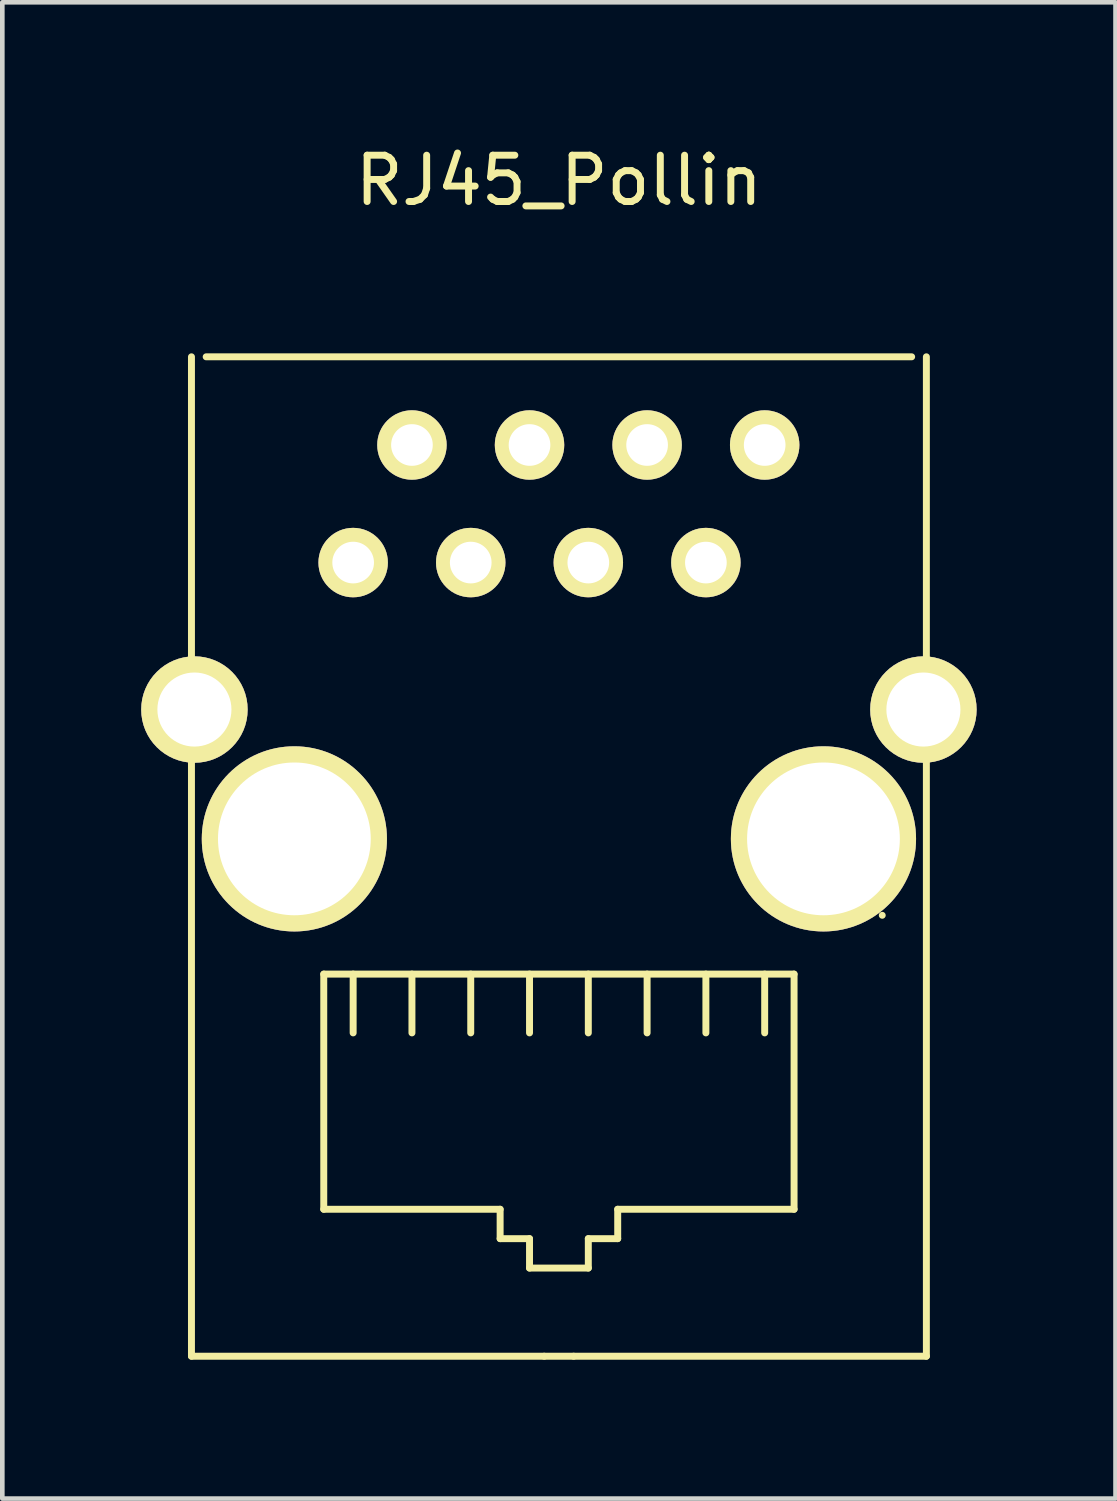
<source format=kicad_pcb>
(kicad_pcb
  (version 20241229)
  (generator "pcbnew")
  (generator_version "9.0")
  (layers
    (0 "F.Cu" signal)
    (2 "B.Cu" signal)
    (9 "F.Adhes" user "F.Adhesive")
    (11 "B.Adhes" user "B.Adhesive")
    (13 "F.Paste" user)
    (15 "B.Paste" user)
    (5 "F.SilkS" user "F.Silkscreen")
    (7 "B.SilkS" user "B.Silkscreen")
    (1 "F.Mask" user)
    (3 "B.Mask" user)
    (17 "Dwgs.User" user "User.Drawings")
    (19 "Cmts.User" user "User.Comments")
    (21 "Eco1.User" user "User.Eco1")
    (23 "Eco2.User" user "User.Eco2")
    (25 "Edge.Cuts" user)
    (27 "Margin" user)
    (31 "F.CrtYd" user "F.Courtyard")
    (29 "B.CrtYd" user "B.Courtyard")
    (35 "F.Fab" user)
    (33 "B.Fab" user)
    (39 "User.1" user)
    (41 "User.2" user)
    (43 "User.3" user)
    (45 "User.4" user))
  (footprint "RJ45_Pollin"
    (layer "F.Cu")
    (at 9.024 13.548)
    (property "Reference" "RJ45_Pollin" (at 0 -12.7 0) (layer "F.SilkS") (effects (font (size 1 1) (thickness 0.15))))
    (attr through_hole)
    (fp_line (start -7.938 -8.89) (end -7.938 12.7) (stroke (width 0.15) (type solid)) (layer "F.SilkS"))
    (fp_line (start -7.938 12.7) (end -0.318 12.7) (stroke (width 0.15) (type solid)) (layer "F.SilkS"))
    (fp_line (start -7.62 -8.89) (end 7.62 -8.89) (stroke (width 0.15) (type solid)) (layer "F.SilkS"))
    (fp_line (start -5.08 4.445) (end -5.08 9.525) (stroke (width 0.15) (type solid)) (layer "F.SilkS"))
    (fp_line (start -5.08 9.525) (end -1.27 9.525) (stroke (width 0.15) (type solid)) (layer "F.SilkS"))
    (fp_line (start -4.445 4.445) (end -4.445 5.715) (stroke (width 0.15) (type solid)) (layer "F.SilkS"))
    (fp_line (start -3.175 4.445) (end -3.175 5.715) (stroke (width 0.15) (type solid)) (layer "F.SilkS"))
    (fp_line (start -1.905 4.445) (end -1.905 5.715) (stroke (width 0.15) (type solid)) (layer "F.SilkS"))
    (fp_line (start -1.27 9.525) (end -1.27 10.16) (stroke (width 0.15) (type solid)) (layer "F.SilkS"))
    (fp_line (start -1.27 10.16) (end -0.635 10.16) (stroke (width 0.15) (type solid)) (layer "F.SilkS"))
    (fp_line (start -0.635 4.445) (end -0.635 5.715) (stroke (width 0.15) (type solid)) (layer "F.SilkS"))
    (fp_line (start -0.635 10.16) (end -0.635 10.795) (stroke (width 0.15) (type solid)) (layer "F.SilkS"))
    (fp_line (start -0.635 10.795) (end 0.635 10.795) (stroke (width 0.15) (type solid)) (layer "F.SilkS"))
    (fp_line (start -0.318 12.7) (end 0.318 12.7) (stroke (width 0.15) (type solid)) (layer "F.SilkS"))
    (fp_line (start 0.635 4.445) (end 0.635 5.715) (stroke (width 0.15) (type solid)) (layer "F.SilkS"))
    (fp_line (start 0.635 10.16) (end 1.27 10.16) (stroke (width 0.15) (type solid)) (layer "F.SilkS"))
    (fp_line (start 0.635 10.795) (end 0.635 10.16) (stroke (width 0.15) (type solid)) (layer "F.SilkS"))
    (fp_line (start 1.27 9.525) (end 5.08 9.525) (stroke (width 0.15) (type solid)) (layer "F.SilkS"))
    (fp_line (start 1.27 10.16) (end 1.27 9.525) (stroke (width 0.15) (type solid)) (layer "F.SilkS"))
    (fp_line (start 1.905 4.445) (end 1.905 5.715) (stroke (width 0.15) (type solid)) (layer "F.SilkS"))
    (fp_line (start 3.175 4.445) (end 3.175 5.715) (stroke (width 0.15) (type solid)) (layer "F.SilkS"))
    (fp_line (start 4.445 4.445) (end 4.445 5.715) (stroke (width 0.15) (type solid)) (layer "F.SilkS"))
    (fp_line (start 5.08 4.445) (end -5.08 4.445) (stroke (width 0.15) (type solid)) (layer "F.SilkS"))
    (fp_line (start 5.08 9.525) (end 5.08 4.445) (stroke (width 0.15) (type solid)) (layer "F.SilkS"))
    (fp_line (start 6.985 3.175) (end 6.985 3.175) (stroke (width 0.15) (type solid)) (layer "F.SilkS"))
    (fp_line (start 7.938 -8.89) (end 7.938 12.7) (stroke (width 0.15) (type solid)) (layer "F.SilkS"))
    (fp_line (start 7.938 12.7) (end 0.318 12.7) (stroke (width 0.15) (type solid)) (layer "F.SilkS"))
    (pad "" thru_hole circle (at -5.715 1.524) (size 4 4) (drill 3.3) (layers "*.Cu" "*.Mask" "F.SilkS"))
    (pad "" thru_hole circle (at 5.715 1.524) (size 4 4) (drill 3.3) (layers "*.Cu" "*.Mask" "F.SilkS"))
    (pad "1" thru_hole circle (at -4.445 -4.445) (size 1.5 1.5) (drill 0.9) (layers "*.Cu" "*.Mask" "F.SilkS"))
    (pad "2" thru_hole circle (at -3.175 -6.985) (size 1.5 1.5) (drill 0.9) (layers "*.Cu" "*.Mask" "F.SilkS"))
    (pad "3" thru_hole circle (at -1.905 -4.445) (size 1.5 1.5) (drill 0.9) (layers "*.Cu" "*.Mask" "F.SilkS"))
    (pad "4" thru_hole circle (at -0.635 -6.985) (size 1.5 1.5) (drill 0.9) (layers "*.Cu" "*.Mask" "F.SilkS"))
    (pad "5" thru_hole circle (at 0.635 -4.445) (size 1.5 1.5) (drill 0.9) (layers "*.Cu" "*.Mask" "F.SilkS"))
    (pad "6" thru_hole circle (at 1.905 -6.985) (size 1.5 1.5) (drill 0.9) (layers "*.Cu" "*.Mask" "F.SilkS"))
    (pad "7" thru_hole circle (at 3.175 -4.445) (size 1.5 1.5) (drill 0.9) (layers "*.Cu" "*.Mask" "F.SilkS"))
    (pad "8" thru_hole circle (at 4.445 -6.985) (size 1.5 1.5) (drill 0.9) (layers "*.Cu" "*.Mask" "F.SilkS"))
    (pad "9" thru_hole circle (at -7.874 -1.27) (size 2.3 2.3) (drill 1.6) (layers "*.Cu" "*.Mask" "F.SilkS"))
    (pad "9" thru_hole circle (at 7.874 -1.27) (size 2.3 2.3) (drill 1.6) (layers "*.Cu" "*.Mask" "F.SilkS")))
  (gr_rect
    (start -3 -3)
    (end 21.048 29.323)
    (stroke (width 0.1) (type default))
    (fill no)
    (layer "Edge.Cuts")))
</source>
